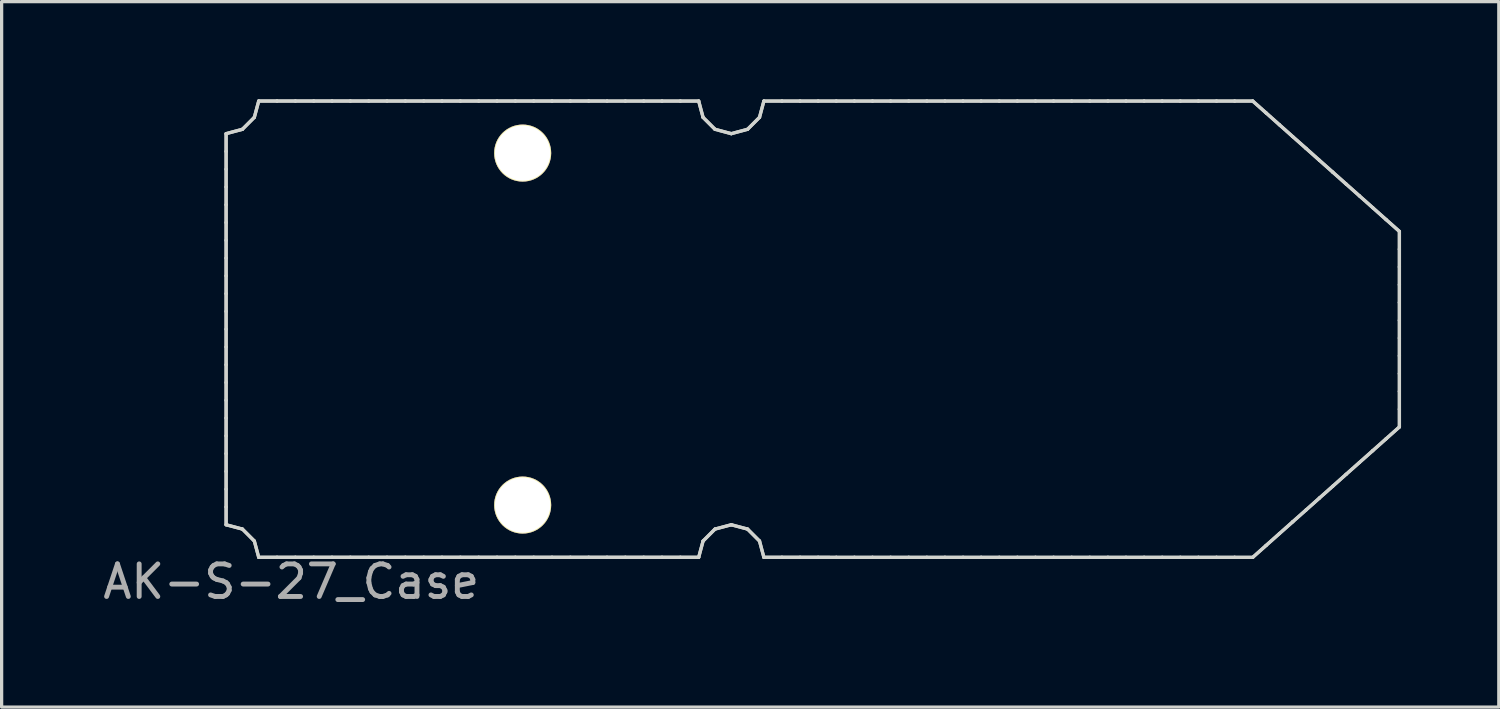
<source format=kicad_pcb>
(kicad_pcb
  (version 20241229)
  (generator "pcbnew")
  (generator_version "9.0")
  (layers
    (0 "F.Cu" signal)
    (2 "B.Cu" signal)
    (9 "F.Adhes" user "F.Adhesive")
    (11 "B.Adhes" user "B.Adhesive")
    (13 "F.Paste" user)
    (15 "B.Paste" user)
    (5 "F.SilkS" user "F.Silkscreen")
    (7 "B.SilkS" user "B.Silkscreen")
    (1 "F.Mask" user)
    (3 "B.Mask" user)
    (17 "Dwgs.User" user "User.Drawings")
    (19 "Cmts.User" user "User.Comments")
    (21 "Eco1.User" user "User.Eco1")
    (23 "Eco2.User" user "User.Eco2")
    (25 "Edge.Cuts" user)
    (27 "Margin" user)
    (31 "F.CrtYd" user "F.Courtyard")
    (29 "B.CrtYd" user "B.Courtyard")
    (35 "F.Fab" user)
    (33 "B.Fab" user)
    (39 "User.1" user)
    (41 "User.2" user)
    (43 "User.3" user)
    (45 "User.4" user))
  (footprint "AK-S-27_Case"
    (layer "F.Cu")
    (at 3.887 14.047)
    (property "Reference" "AK-S-27_Case" (at 2 0.75 0) (layer "F.Fab") (effects (font (size 1 1) (thickness 0.15))))
    (attr through_hole)
    (fp_line (start 0.001 -12.996) (end 0.001 -12.451) (stroke (width 0.1) (type solid)) (layer "Edge.Cuts"))
    (fp_line (start 0.001 -12.996) (end 0.001 -12.451) (stroke (width 0.1) (type solid)) (layer "Edge.Cuts"))
    (fp_line (start 0.001 -12.451) (end 0.001 -11.905) (stroke (width 0.1) (type solid)) (layer "Edge.Cuts"))
    (fp_line (start 0.001 -12.451) (end 0.001 -11.905) (stroke (width 0.1) (type solid)) (layer "Edge.Cuts"))
    (fp_line (start 0.001 -11.905) (end 0.001 -11.36) (stroke (width 0.1) (type solid)) (layer "Edge.Cuts"))
    (fp_line (start 0.001 -11.905) (end 0.001 -11.36) (stroke (width 0.1) (type solid)) (layer "Edge.Cuts"))
    (fp_line (start 0.001 -11.36) (end 0.001 -10.814) (stroke (width 0.1) (type solid)) (layer "Edge.Cuts"))
    (fp_line (start 0.001 -11.36) (end 0.001 -10.814) (stroke (width 0.1) (type solid)) (layer "Edge.Cuts"))
    (fp_line (start 0.001 -10.814) (end 0.001 -10.269) (stroke (width 0.1) (type solid)) (layer "Edge.Cuts"))
    (fp_line (start 0.001 -10.814) (end 0.001 -10.269) (stroke (width 0.1) (type solid)) (layer "Edge.Cuts"))
    (fp_line (start 0.001 -10.269) (end 0.001 -9.723) (stroke (width 0.1) (type solid)) (layer "Edge.Cuts"))
    (fp_line (start 0.001 -10.269) (end 0.001 -9.723) (stroke (width 0.1) (type solid)) (layer "Edge.Cuts"))
    (fp_line (start 0.001 -9.723) (end 0.001 -9.178) (stroke (width 0.1) (type solid)) (layer "Edge.Cuts"))
    (fp_line (start 0.001 -9.723) (end 0.001 -9.178) (stroke (width 0.1) (type solid)) (layer "Edge.Cuts"))
    (fp_line (start 0.001 -9.178) (end 0.001 -8.633) (stroke (width 0.1) (type solid)) (layer "Edge.Cuts"))
    (fp_line (start 0.001 -9.178) (end 0.001 -8.633) (stroke (width 0.1) (type solid)) (layer "Edge.Cuts"))
    (fp_line (start 0.001 -8.633) (end 0.001 -8.087) (stroke (width 0.1) (type solid)) (layer "Edge.Cuts"))
    (fp_line (start 0.001 -8.633) (end 0.001 -8.087) (stroke (width 0.1) (type solid)) (layer "Edge.Cuts"))
    (fp_line (start 0.001 -8.087) (end 0.001 -7.542) (stroke (width 0.1) (type solid)) (layer "Edge.Cuts"))
    (fp_line (start 0.001 -8.087) (end 0.001 -7.542) (stroke (width 0.1) (type solid)) (layer "Edge.Cuts"))
    (fp_line (start 0.001 -7.542) (end 0.001 -6.996) (stroke (width 0.1) (type solid)) (layer "Edge.Cuts"))
    (fp_line (start 0.001 -7.542) (end 0.001 -6.996) (stroke (width 0.1) (type solid)) (layer "Edge.Cuts"))
    (fp_line (start 0.001 -6.996) (end 0.001 -6.451) (stroke (width 0.1) (type solid)) (layer "Edge.Cuts"))
    (fp_line (start 0.001 -6.996) (end 0.001 -6.451) (stroke (width 0.1) (type solid)) (layer "Edge.Cuts"))
    (fp_line (start 0.001 -6.451) (end 0.001 -5.906) (stroke (width 0.1) (type solid)) (layer "Edge.Cuts"))
    (fp_line (start 0.001 -6.451) (end 0.001 -5.906) (stroke (width 0.1) (type solid)) (layer "Edge.Cuts"))
    (fp_line (start 0.001 -5.906) (end 0.001 -5.36) (stroke (width 0.1) (type solid)) (layer "Edge.Cuts"))
    (fp_line (start 0.001 -5.906) (end 0.001 -5.36) (stroke (width 0.1) (type solid)) (layer "Edge.Cuts"))
    (fp_line (start 0.001 -5.36) (end 0.001 -4.815) (stroke (width 0.1) (type solid)) (layer "Edge.Cuts"))
    (fp_line (start 0.001 -5.36) (end 0.001 -4.815) (stroke (width 0.1) (type solid)) (layer "Edge.Cuts"))
    (fp_line (start 0.001 -4.815) (end 0.001 -4.27) (stroke (width 0.1) (type solid)) (layer "Edge.Cuts"))
    (fp_line (start 0.001 -4.815) (end 0.001 -4.27) (stroke (width 0.1) (type solid)) (layer "Edge.Cuts"))
    (fp_line (start 0.001 -4.27) (end 0.001 -3.724) (stroke (width 0.1) (type solid)) (layer "Edge.Cuts"))
    (fp_line (start 0.001 -4.27) (end 0.001 -3.724) (stroke (width 0.1) (type solid)) (layer "Edge.Cuts"))
    (fp_line (start 0.001 -3.724) (end 0.001 -3.179) (stroke (width 0.1) (type solid)) (layer "Edge.Cuts"))
    (fp_line (start 0.001 -3.724) (end 0.001 -3.179) (stroke (width 0.1) (type solid)) (layer "Edge.Cuts"))
    (fp_line (start 0.001 -3.179) (end 0.001 -2.633) (stroke (width 0.1) (type solid)) (layer "Edge.Cuts"))
    (fp_line (start 0.001 -3.179) (end 0.001 -2.633) (stroke (width 0.1) (type solid)) (layer "Edge.Cuts"))
    (fp_line (start 0.001 -2.633) (end 0.001 -2.087) (stroke (width 0.1) (type solid)) (layer "Edge.Cuts"))
    (fp_line (start 0.001 -2.633) (end 0.001 -2.087) (stroke (width 0.1) (type solid)) (layer "Edge.Cuts"))
    (fp_line (start 0.001 -2.087) (end 0.001 -1.542) (stroke (width 0.1) (type solid)) (layer "Edge.Cuts"))
    (fp_line (start 0.001 -2.087) (end 0.001 -1.542) (stroke (width 0.1) (type solid)) (layer "Edge.Cuts"))
    (fp_line (start 0.001 -1.542) (end 0.001 -0.996) (stroke (width 0.1) (type solid)) (layer "Edge.Cuts"))
    (fp_line (start 0.001 -1.542) (end 0.001 -0.996) (stroke (width 0.1) (type solid)) (layer "Edge.Cuts"))
    (fp_line (start 0.001 -0.996) (end 0.501 -0.863) (stroke (width 0.1) (type solid)) (layer "Edge.Cuts"))
    (fp_line (start 0.001 -0.996) (end 0.501 -0.863) (stroke (width 0.1) (type solid)) (layer "Edge.Cuts"))
    (fp_line (start 0.501 -0.863) (end 0.867 -0.496) (stroke (width 0.1) (type solid)) (layer "Edge.Cuts"))
    (fp_line (start 0.501 -0.863) (end 0.867 -0.496) (stroke (width 0.1) (type solid)) (layer "Edge.Cuts"))
    (fp_line (start 0.501 -13.13) (end 0.001 -12.996) (stroke (width 0.1) (type solid)) (layer "Edge.Cuts"))
    (fp_line (start 0.501 -13.13) (end 0.001 -12.996) (stroke (width 0.1) (type solid)) (layer "Edge.Cuts"))
    (fp_line (start 0.867 -0.496) (end 1.001 0.003) (stroke (width 0.1) (type solid)) (layer "Edge.Cuts"))
    (fp_line (start 0.867 -0.496) (end 1.001 0.003) (stroke (width 0.1) (type solid)) (layer "Edge.Cuts"))
    (fp_line (start 0.867 -13.497) (end 0.501 -13.13) (stroke (width 0.1) (type solid)) (layer "Edge.Cuts"))
    (fp_line (start 0.867 -13.497) (end 0.501 -13.13) (stroke (width 0.1) (type solid)) (layer "Edge.Cuts"))
    (fp_line (start 1.001 -13.997) (end 0.867 -13.497) (stroke (width 0.1) (type solid)) (layer "Edge.Cuts"))
    (fp_line (start 1.001 -13.997) (end 0.867 -13.497) (stroke (width 0.1) (type solid)) (layer "Edge.Cuts"))
    (fp_line (start 1.001 0.003) (end 1.563 0.003) (stroke (width 0.1) (type solid)) (layer "Edge.Cuts"))
    (fp_line (start 1.001 0.003) (end 1.563 0.003) (stroke (width 0.1) (type solid)) (layer "Edge.Cuts"))
    (fp_line (start 1.563 0.003) (end 2.126 0.003) (stroke (width 0.1) (type solid)) (layer "Edge.Cuts"))
    (fp_line (start 1.563 0.003) (end 2.126 0.003) (stroke (width 0.1) (type solid)) (layer "Edge.Cuts"))
    (fp_line (start 1.563 -13.997) (end 1.001 -13.997) (stroke (width 0.1) (type solid)) (layer "Edge.Cuts"))
    (fp_line (start 1.563 -13.997) (end 1.001 -13.997) (stroke (width 0.1) (type solid)) (layer "Edge.Cuts"))
    (fp_line (start 2.126 0.003) (end 2.688 0.003) (stroke (width 0.1) (type solid)) (layer "Edge.Cuts"))
    (fp_line (start 2.126 0.003) (end 2.688 0.003) (stroke (width 0.1) (type solid)) (layer "Edge.Cuts"))
    (fp_line (start 2.126 -13.997) (end 1.563 -13.997) (stroke (width 0.1) (type solid)) (layer "Edge.Cuts"))
    (fp_line (start 2.126 -13.997) (end 1.563 -13.997) (stroke (width 0.1) (type solid)) (layer "Edge.Cuts"))
    (fp_line (start 2.688 0.003) (end 3.251 0.003) (stroke (width 0.1) (type solid)) (layer "Edge.Cuts"))
    (fp_line (start 2.688 0.003) (end 3.251 0.003) (stroke (width 0.1) (type solid)) (layer "Edge.Cuts"))
    (fp_line (start 2.689 -13.997) (end 2.126 -13.997) (stroke (width 0.1) (type solid)) (layer "Edge.Cuts"))
    (fp_line (start 2.689 -13.997) (end 2.126 -13.997) (stroke (width 0.1) (type solid)) (layer "Edge.Cuts"))
    (fp_line (start 3.251 0.003) (end 3.813 0.003) (stroke (width 0.1) (type solid)) (layer "Edge.Cuts"))
    (fp_line (start 3.251 0.003) (end 3.813 0.003) (stroke (width 0.1) (type solid)) (layer "Edge.Cuts"))
    (fp_line (start 3.251 -13.997) (end 2.689 -13.997) (stroke (width 0.1) (type solid)) (layer "Edge.Cuts"))
    (fp_line (start 3.251 -13.997) (end 2.689 -13.997) (stroke (width 0.1) (type solid)) (layer "Edge.Cuts"))
    (fp_line (start 3.813 0.003) (end 4.376 0.003) (stroke (width 0.1) (type solid)) (layer "Edge.Cuts"))
    (fp_line (start 3.813 0.003) (end 4.376 0.003) (stroke (width 0.1) (type solid)) (layer "Edge.Cuts"))
    (fp_line (start 3.814 -13.997) (end 3.251 -13.997) (stroke (width 0.1) (type solid)) (layer "Edge.Cuts"))
    (fp_line (start 3.814 -13.997) (end 3.251 -13.997) (stroke (width 0.1) (type solid)) (layer "Edge.Cuts"))
    (fp_line (start 4.376 0.003) (end 4.938 0.003) (stroke (width 0.1) (type solid)) (layer "Edge.Cuts"))
    (fp_line (start 4.376 0.003) (end 4.938 0.003) (stroke (width 0.1) (type solid)) (layer "Edge.Cuts"))
    (fp_line (start 4.376 -13.997) (end 3.814 -13.997) (stroke (width 0.1) (type solid)) (layer "Edge.Cuts"))
    (fp_line (start 4.376 -13.997) (end 3.814 -13.997) (stroke (width 0.1) (type solid)) (layer "Edge.Cuts"))
    (fp_line (start 4.938 0.003) (end 5.501 0.003) (stroke (width 0.1) (type solid)) (layer "Edge.Cuts"))
    (fp_line (start 4.938 0.003) (end 5.501 0.003) (stroke (width 0.1) (type solid)) (layer "Edge.Cuts"))
    (fp_line (start 4.938 -13.997) (end 4.376 -13.997) (stroke (width 0.1) (type solid)) (layer "Edge.Cuts"))
    (fp_line (start 4.938 -13.997) (end 4.376 -13.997) (stroke (width 0.1) (type solid)) (layer "Edge.Cuts"))
    (fp_line (start 5.501 0.003) (end 6.064 0.003) (stroke (width 0.1) (type solid)) (layer "Edge.Cuts"))
    (fp_line (start 5.501 0.003) (end 6.064 0.003) (stroke (width 0.1) (type solid)) (layer "Edge.Cuts"))
    (fp_line (start 5.501 -13.997) (end 4.938 -13.997) (stroke (width 0.1) (type solid)) (layer "Edge.Cuts"))
    (fp_line (start 5.501 -13.997) (end 4.938 -13.997) (stroke (width 0.1) (type solid)) (layer "Edge.Cuts"))
    (fp_line (start 6.064 -13.997) (end 5.501 -13.997) (stroke (width 0.1) (type solid)) (layer "Edge.Cuts"))
    (fp_line (start 6.064 -13.997) (end 5.501 -13.997) (stroke (width 0.1) (type solid)) (layer "Edge.Cuts"))
    (fp_line (start 6.064 0.003) (end 6.626 0.003) (stroke (width 0.1) (type solid)) (layer "Edge.Cuts"))
    (fp_line (start 6.064 0.003) (end 6.626 0.003) (stroke (width 0.1) (type solid)) (layer "Edge.Cuts"))
    (fp_line (start 6.626 -13.997) (end 6.064 -13.997) (stroke (width 0.1) (type solid)) (layer "Edge.Cuts"))
    (fp_line (start 6.626 -13.997) (end 6.064 -13.997) (stroke (width 0.1) (type solid)) (layer "Edge.Cuts"))
    (fp_line (start 6.626 0.003) (end 7.189 0.003) (stroke (width 0.1) (type solid)) (layer "Edge.Cuts"))
    (fp_line (start 6.626 0.003) (end 7.189 0.003) (stroke (width 0.1) (type solid)) (layer "Edge.Cuts"))
    (fp_line (start 7.189 -13.997) (end 6.626 -13.997) (stroke (width 0.1) (type solid)) (layer "Edge.Cuts"))
    (fp_line (start 7.189 -13.997) (end 6.626 -13.997) (stroke (width 0.1) (type solid)) (layer "Edge.Cuts"))
    (fp_line (start 7.189 0.003) (end 7.751 0.003) (stroke (width 0.1) (type solid)) (layer "Edge.Cuts"))
    (fp_line (start 7.189 0.003) (end 7.751 0.003) (stroke (width 0.1) (type solid)) (layer "Edge.Cuts"))
    (fp_line (start 7.751 -13.997) (end 7.189 -13.997) (stroke (width 0.1) (type solid)) (layer "Edge.Cuts"))
    (fp_line (start 7.751 -13.997) (end 7.189 -13.997) (stroke (width 0.1) (type solid)) (layer "Edge.Cuts"))
    (fp_line (start 7.751 0.003) (end 8.314 0.003) (stroke (width 0.1) (type solid)) (layer "Edge.Cuts"))
    (fp_line (start 7.751 0.003) (end 8.314 0.003) (stroke (width 0.1) (type solid)) (layer "Edge.Cuts"))
    (fp_line (start 8.313 -13.997) (end 7.751 -13.997) (stroke (width 0.1) (type solid)) (layer "Edge.Cuts"))
    (fp_line (start 8.313 -13.997) (end 7.751 -13.997) (stroke (width 0.1) (type solid)) (layer "Edge.Cuts"))
    (fp_line (start 8.314 0.003) (end 8.876 0.003) (stroke (width 0.1) (type solid)) (layer "Edge.Cuts"))
    (fp_line (start 8.314 0.003) (end 8.876 0.003) (stroke (width 0.1) (type solid)) (layer "Edge.Cuts"))
    (fp_line (start 8.876 -13.997) (end 8.313 -13.997) (stroke (width 0.1) (type solid)) (layer "Edge.Cuts"))
    (fp_line (start 8.876 -13.997) (end 8.313 -13.997) (stroke (width 0.1) (type solid)) (layer "Edge.Cuts"))
    (fp_line (start 8.876 0.003) (end 9.439 0.003) (stroke (width 0.1) (type solid)) (layer "Edge.Cuts"))
    (fp_line (start 8.876 0.003) (end 9.439 0.003) (stroke (width 0.1) (type solid)) (layer "Edge.Cuts"))
    (fp_line (start 9.438 -13.997) (end 8.876 -13.997) (stroke (width 0.1) (type solid)) (layer "Edge.Cuts"))
    (fp_line (start 9.438 -13.997) (end 8.876 -13.997) (stroke (width 0.1) (type solid)) (layer "Edge.Cuts"))
    (fp_line (start 9.439 0.003) (end 10.001 0.003) (stroke (width 0.1) (type solid)) (layer "Edge.Cuts"))
    (fp_line (start 9.439 0.003) (end 10.001 0.003) (stroke (width 0.1) (type solid)) (layer "Edge.Cuts"))
    (fp_line (start 10.001 0.003) (end 10.564 0.003) (stroke (width 0.1) (type solid)) (layer "Edge.Cuts"))
    (fp_line (start 10.001 0.003) (end 10.564 0.003) (stroke (width 0.1) (type solid)) (layer "Edge.Cuts"))
    (fp_line (start 10.001 -13.997) (end 9.438 -13.997) (stroke (width 0.1) (type solid)) (layer "Edge.Cuts"))
    (fp_line (start 10.001 -13.997) (end 9.438 -13.997) (stroke (width 0.1) (type solid)) (layer "Edge.Cuts"))
    (fp_line (start 10.564 0.003) (end 11.126 0.003) (stroke (width 0.1) (type solid)) (layer "Edge.Cuts"))
    (fp_line (start 10.564 0.003) (end 11.126 0.003) (stroke (width 0.1) (type solid)) (layer "Edge.Cuts"))
    (fp_line (start 10.564 -13.997) (end 10.001 -13.997) (stroke (width 0.1) (type solid)) (layer "Edge.Cuts"))
    (fp_line (start 10.564 -13.997) (end 10.001 -13.997) (stroke (width 0.1) (type solid)) (layer "Edge.Cuts"))
    (fp_line (start 11.126 0.003) (end 11.688 0.003) (stroke (width 0.1) (type solid)) (layer "Edge.Cuts"))
    (fp_line (start 11.126 0.003) (end 11.688 0.003) (stroke (width 0.1) (type solid)) (layer "Edge.Cuts"))
    (fp_line (start 11.126 -13.997) (end 10.564 -13.997) (stroke (width 0.1) (type solid)) (layer "Edge.Cuts"))
    (fp_line (start 11.126 -13.997) (end 10.564 -13.997) (stroke (width 0.1) (type solid)) (layer "Edge.Cuts"))
    (fp_line (start 11.688 0.003) (end 12.251 0.003) (stroke (width 0.1) (type solid)) (layer "Edge.Cuts"))
    (fp_line (start 11.688 0.003) (end 12.251 0.003) (stroke (width 0.1) (type solid)) (layer "Edge.Cuts"))
    (fp_line (start 11.689 -13.996) (end 11.126 -13.997) (stroke (width 0.1) (type solid)) (layer "Edge.Cuts"))
    (fp_line (start 11.689 -13.996) (end 11.126 -13.997) (stroke (width 0.1) (type solid)) (layer "Edge.Cuts"))
    (fp_line (start 12.251 0.003) (end 12.814 0.003) (stroke (width 0.1) (type solid)) (layer "Edge.Cuts"))
    (fp_line (start 12.251 0.003) (end 12.814 0.003) (stroke (width 0.1) (type solid)) (layer "Edge.Cuts"))
    (fp_line (start 12.251 -13.996) (end 11.689 -13.996) (stroke (width 0.1) (type solid)) (layer "Edge.Cuts"))
    (fp_line (start 12.251 -13.996) (end 11.689 -13.996) (stroke (width 0.1) (type solid)) (layer "Edge.Cuts"))
    (fp_line (start 12.814 0.003) (end 13.376 0.003) (stroke (width 0.1) (type solid)) (layer "Edge.Cuts"))
    (fp_line (start 12.814 0.003) (end 13.376 0.003) (stroke (width 0.1) (type solid)) (layer "Edge.Cuts"))
    (fp_line (start 12.814 -13.996) (end 12.251 -13.996) (stroke (width 0.1) (type solid)) (layer "Edge.Cuts"))
    (fp_line (start 12.814 -13.996) (end 12.251 -13.996) (stroke (width 0.1) (type solid)) (layer "Edge.Cuts"))
    (fp_line (start 13.376 0.003) (end 13.939 0.003) (stroke (width 0.1) (type solid)) (layer "Edge.Cuts"))
    (fp_line (start 13.376 0.003) (end 13.939 0.003) (stroke (width 0.1) (type solid)) (layer "Edge.Cuts"))
    (fp_line (start 13.376 -13.996) (end 12.814 -13.996) (stroke (width 0.1) (type solid)) (layer "Edge.Cuts"))
    (fp_line (start 13.376 -13.996) (end 12.814 -13.996) (stroke (width 0.1) (type solid)) (layer "Edge.Cuts"))
    (fp_line (start 13.939 0.003) (end 14.501 0.003) (stroke (width 0.1) (type solid)) (layer "Edge.Cuts"))
    (fp_line (start 13.939 0.003) (end 14.501 0.003) (stroke (width 0.1) (type solid)) (layer "Edge.Cuts"))
    (fp_line (start 13.939 -13.996) (end 13.376 -13.996) (stroke (width 0.1) (type solid)) (layer "Edge.Cuts"))
    (fp_line (start 13.939 -13.996) (end 13.376 -13.996) (stroke (width 0.1) (type solid)) (layer "Edge.Cuts"))
    (fp_line (start 14.501 -13.996) (end 13.939 -13.996) (stroke (width 0.1) (type solid)) (layer "Edge.Cuts"))
    (fp_line (start 14.501 -13.996) (end 13.939 -13.996) (stroke (width 0.1) (type solid)) (layer "Edge.Cuts"))
    (fp_line (start 14.501 0.003) (end 14.635 -0.496) (stroke (width 0.1) (type solid)) (layer "Edge.Cuts"))
    (fp_line (start 14.501 0.003) (end 14.635 -0.496) (stroke (width 0.1) (type solid)) (layer "Edge.Cuts"))
    (fp_line (start 14.635 -13.496) (end 14.501 -13.996) (stroke (width 0.1) (type solid)) (layer "Edge.Cuts"))
    (fp_line (start 14.635 -13.496) (end 14.501 -13.996) (stroke (width 0.1) (type solid)) (layer "Edge.Cuts"))
    (fp_line (start 14.635 -0.496) (end 15.001 -0.863) (stroke (width 0.1) (type solid)) (layer "Edge.Cuts"))
    (fp_line (start 14.635 -0.496) (end 15.001 -0.863) (stroke (width 0.1) (type solid)) (layer "Edge.Cuts"))
    (fp_line (start 15.001 -13.13) (end 14.635 -13.496) (stroke (width 0.1) (type solid)) (layer "Edge.Cuts"))
    (fp_line (start 15.001 -13.13) (end 14.635 -13.496) (stroke (width 0.1) (type solid)) (layer "Edge.Cuts"))
    (fp_line (start 15.001 -0.863) (end 15.501 -0.996) (stroke (width 0.1) (type solid)) (layer "Edge.Cuts"))
    (fp_line (start 15.001 -0.863) (end 15.501 -0.996) (stroke (width 0.1) (type solid)) (layer "Edge.Cuts"))
    (fp_line (start 15.501 -12.996) (end 15.001 -13.13) (stroke (width 0.1) (type solid)) (layer "Edge.Cuts"))
    (fp_line (start 15.501 -12.996) (end 15.001 -13.13) (stroke (width 0.1) (type solid)) (layer "Edge.Cuts"))
    (fp_line (start 15.501 -0.996) (end 16.001 -0.863) (stroke (width 0.1) (type solid)) (layer "Edge.Cuts"))
    (fp_line (start 15.501 -0.996) (end 16.001 -0.863) (stroke (width 0.1) (type solid)) (layer "Edge.Cuts"))
    (fp_line (start 16.001 -0.863) (end 16.367 -0.497) (stroke (width 0.1) (type solid)) (layer "Edge.Cuts"))
    (fp_line (start 16.001 -0.863) (end 16.367 -0.497) (stroke (width 0.1) (type solid)) (layer "Edge.Cuts"))
    (fp_line (start 16.001 -13.13) (end 15.501 -12.996) (stroke (width 0.1) (type solid)) (layer "Edge.Cuts"))
    (fp_line (start 16.001 -13.13) (end 15.501 -12.996) (stroke (width 0.1) (type solid)) (layer "Edge.Cuts"))
    (fp_line (start 16.367 -0.497) (end 16.501 0.003) (stroke (width 0.1) (type solid)) (layer "Edge.Cuts"))
    (fp_line (start 16.367 -0.497) (end 16.501 0.003) (stroke (width 0.1) (type solid)) (layer "Edge.Cuts"))
    (fp_line (start 16.367 -13.496) (end 16.001 -13.13) (stroke (width 0.1) (type solid)) (layer "Edge.Cuts"))
    (fp_line (start 16.367 -13.496) (end 16.001 -13.13) (stroke (width 0.1) (type solid)) (layer "Edge.Cuts"))
    (fp_line (start 16.501 -13.996) (end 16.367 -13.496) (stroke (width 0.1) (type solid)) (layer "Edge.Cuts"))
    (fp_line (start 16.501 -13.996) (end 16.367 -13.496) (stroke (width 0.1) (type solid)) (layer "Edge.Cuts"))
    (fp_line (start 16.501 0.003) (end 17.056 0.003) (stroke (width 0.1) (type solid)) (layer "Edge.Cuts"))
    (fp_line (start 16.501 0.003) (end 17.056 0.003) (stroke (width 0.1) (type solid)) (layer "Edge.Cuts"))
    (fp_line (start 17.056 -13.996) (end 16.501 -13.996) (stroke (width 0.1) (type solid)) (layer "Edge.Cuts"))
    (fp_line (start 17.056 -13.996) (end 16.501 -13.996) (stroke (width 0.1) (type solid)) (layer "Edge.Cuts"))
    (fp_line (start 17.056 0.003) (end 17.612 0.003) (stroke (width 0.1) (type solid)) (layer "Edge.Cuts"))
    (fp_line (start 17.056 0.003) (end 17.612 0.003) (stroke (width 0.1) (type solid)) (layer "Edge.Cuts"))
    (fp_line (start 17.612 -13.996) (end 17.056 -13.996) (stroke (width 0.1) (type solid)) (layer "Edge.Cuts"))
    (fp_line (start 17.612 -13.996) (end 17.056 -13.996) (stroke (width 0.1) (type solid)) (layer "Edge.Cuts"))
    (fp_line (start 17.612 0.003) (end 18.168 0.003) (stroke (width 0.1) (type solid)) (layer "Edge.Cuts"))
    (fp_line (start 17.612 0.003) (end 18.168 0.003) (stroke (width 0.1) (type solid)) (layer "Edge.Cuts"))
    (fp_line (start 18.167 -13.996) (end 17.612 -13.996) (stroke (width 0.1) (type solid)) (layer "Edge.Cuts"))
    (fp_line (start 18.167 -13.996) (end 17.612 -13.996) (stroke (width 0.1) (type solid)) (layer "Edge.Cuts"))
    (fp_line (start 18.168 0.003) (end 18.723 0.004) (stroke (width 0.1) (type solid)) (layer "Edge.Cuts"))
    (fp_line (start 18.168 0.003) (end 18.723 0.004) (stroke (width 0.1) (type solid)) (layer "Edge.Cuts"))
    (fp_line (start 18.723 -13.996) (end 18.167 -13.996) (stroke (width 0.1) (type solid)) (layer "Edge.Cuts"))
    (fp_line (start 18.723 -13.996) (end 18.167 -13.996) (stroke (width 0.1) (type solid)) (layer "Edge.Cuts"))
    (fp_line (start 18.723 0.004) (end 19.279 0.004) (stroke (width 0.1) (type solid)) (layer "Edge.Cuts"))
    (fp_line (start 18.723 0.004) (end 19.279 0.004) (stroke (width 0.1) (type solid)) (layer "Edge.Cuts"))
    (fp_line (start 19.278 -13.996) (end 18.723 -13.996) (stroke (width 0.1) (type solid)) (layer "Edge.Cuts"))
    (fp_line (start 19.278 -13.996) (end 18.723 -13.996) (stroke (width 0.1) (type solid)) (layer "Edge.Cuts"))
    (fp_line (start 19.279 0.004) (end 19.834 0.004) (stroke (width 0.1) (type solid)) (layer "Edge.Cuts"))
    (fp_line (start 19.279 0.004) (end 19.834 0.004) (stroke (width 0.1) (type solid)) (layer "Edge.Cuts"))
    (fp_line (start 19.834 -13.996) (end 19.278 -13.996) (stroke (width 0.1) (type solid)) (layer "Edge.Cuts"))
    (fp_line (start 19.834 -13.996) (end 19.278 -13.996) (stroke (width 0.1) (type solid)) (layer "Edge.Cuts"))
    (fp_line (start 19.834 0.004) (end 20.39 0.004) (stroke (width 0.1) (type solid)) (layer "Edge.Cuts"))
    (fp_line (start 19.834 0.004) (end 20.39 0.004) (stroke (width 0.1) (type solid)) (layer "Edge.Cuts"))
    (fp_line (start 20.39 -13.996) (end 19.834 -13.996) (stroke (width 0.1) (type solid)) (layer "Edge.Cuts"))
    (fp_line (start 20.39 -13.996) (end 19.834 -13.996) (stroke (width 0.1) (type solid)) (layer "Edge.Cuts"))
    (fp_line (start 20.39 0.004) (end 20.946 0.004) (stroke (width 0.1) (type solid)) (layer "Edge.Cuts"))
    (fp_line (start 20.39 0.004) (end 20.946 0.004) (stroke (width 0.1) (type solid)) (layer "Edge.Cuts"))
    (fp_line (start 20.945 -13.996) (end 20.39 -13.996) (stroke (width 0.1) (type solid)) (layer "Edge.Cuts"))
    (fp_line (start 20.945 -13.996) (end 20.39 -13.996) (stroke (width 0.1) (type solid)) (layer "Edge.Cuts"))
    (fp_line (start 20.946 0.004) (end 21.502 0.004) (stroke (width 0.1) (type solid)) (layer "Edge.Cuts"))
    (fp_line (start 20.946 0.004) (end 21.502 0.004) (stroke (width 0.1) (type solid)) (layer "Edge.Cuts"))
    (fp_line (start 21.501 -13.996) (end 20.945 -13.996) (stroke (width 0.1) (type solid)) (layer "Edge.Cuts"))
    (fp_line (start 21.501 -13.996) (end 20.945 -13.996) (stroke (width 0.1) (type solid)) (layer "Edge.Cuts"))
    (fp_line (start 21.502 0.004) (end 22.057 0.004) (stroke (width 0.1) (type solid)) (layer "Edge.Cuts"))
    (fp_line (start 21.502 0.004) (end 22.057 0.004) (stroke (width 0.1) (type solid)) (layer "Edge.Cuts"))
    (fp_line (start 22.056 -13.996) (end 21.501 -13.996) (stroke (width 0.1) (type solid)) (layer "Edge.Cuts"))
    (fp_line (start 22.056 -13.996) (end 21.501 -13.996) (stroke (width 0.1) (type solid)) (layer "Edge.Cuts"))
    (fp_line (start 22.057 0.004) (end 22.613 0.004) (stroke (width 0.1) (type solid)) (layer "Edge.Cuts"))
    (fp_line (start 22.057 0.004) (end 22.613 0.004) (stroke (width 0.1) (type solid)) (layer "Edge.Cuts"))
    (fp_line (start 22.611 -13.996) (end 22.056 -13.996) (stroke (width 0.1) (type solid)) (layer "Edge.Cuts"))
    (fp_line (start 22.611 -13.996) (end 22.056 -13.996) (stroke (width 0.1) (type solid)) (layer "Edge.Cuts"))
    (fp_line (start 22.613 0.004) (end 23.168 0.004) (stroke (width 0.1) (type solid)) (layer "Edge.Cuts"))
    (fp_line (start 22.613 0.004) (end 23.168 0.004) (stroke (width 0.1) (type solid)) (layer "Edge.Cuts"))
    (fp_line (start 23.167 -13.996) (end 22.611 -13.996) (stroke (width 0.1) (type solid)) (layer "Edge.Cuts"))
    (fp_line (start 23.167 -13.996) (end 22.611 -13.996) (stroke (width 0.1) (type solid)) (layer "Edge.Cuts"))
    (fp_line (start 23.168 0.004) (end 23.724 0.004) (stroke (width 0.1) (type solid)) (layer "Edge.Cuts"))
    (fp_line (start 23.168 0.004) (end 23.724 0.004) (stroke (width 0.1) (type solid)) (layer "Edge.Cuts"))
    (fp_line (start 23.723 -13.996) (end 23.167 -13.996) (stroke (width 0.1) (type solid)) (layer "Edge.Cuts"))
    (fp_line (start 23.723 -13.996) (end 23.167 -13.996) (stroke (width 0.1) (type solid)) (layer "Edge.Cuts"))
    (fp_line (start 23.724 0.004) (end 24.279 0.004) (stroke (width 0.1) (type solid)) (layer "Edge.Cuts"))
    (fp_line (start 23.724 0.004) (end 24.279 0.004) (stroke (width 0.1) (type solid)) (layer "Edge.Cuts"))
    (fp_line (start 24.278 -13.996) (end 23.723 -13.996) (stroke (width 0.1) (type solid)) (layer "Edge.Cuts"))
    (fp_line (start 24.278 -13.996) (end 23.723 -13.996) (stroke (width 0.1) (type solid)) (layer "Edge.Cuts"))
    (fp_line (start 24.279 0.004) (end 24.835 0.004) (stroke (width 0.1) (type solid)) (layer "Edge.Cuts"))
    (fp_line (start 24.279 0.004) (end 24.835 0.004) (stroke (width 0.1) (type solid)) (layer "Edge.Cuts"))
    (fp_line (start 24.834 -13.996) (end 24.278 -13.996) (stroke (width 0.1) (type solid)) (layer "Edge.Cuts"))
    (fp_line (start 24.834 -13.996) (end 24.278 -13.996) (stroke (width 0.1) (type solid)) (layer "Edge.Cuts"))
    (fp_line (start 24.835 0.004) (end 25.391 0.004) (stroke (width 0.1) (type solid)) (layer "Edge.Cuts"))
    (fp_line (start 24.835 0.004) (end 25.391 0.004) (stroke (width 0.1) (type solid)) (layer "Edge.Cuts"))
    (fp_line (start 25.389 -13.996) (end 24.834 -13.996) (stroke (width 0.1) (type solid)) (layer "Edge.Cuts"))
    (fp_line (start 25.389 -13.996) (end 24.834 -13.996) (stroke (width 0.1) (type solid)) (layer "Edge.Cuts"))
    (fp_line (start 25.391 0.004) (end 25.946 0.004) (stroke (width 0.1) (type solid)) (layer "Edge.Cuts"))
    (fp_line (start 25.391 0.004) (end 25.946 0.004) (stroke (width 0.1) (type solid)) (layer "Edge.Cuts"))
    (fp_line (start 25.945 -13.996) (end 25.389 -13.996) (stroke (width 0.1) (type solid)) (layer "Edge.Cuts"))
    (fp_line (start 25.945 -13.996) (end 25.389 -13.996) (stroke (width 0.1) (type solid)) (layer "Edge.Cuts"))
    (fp_line (start 25.946 0.004) (end 26.501 0.004) (stroke (width 0.1) (type solid)) (layer "Edge.Cuts"))
    (fp_line (start 25.946 0.004) (end 26.501 0.004) (stroke (width 0.1) (type solid)) (layer "Edge.Cuts"))
    (fp_line (start 26.5 -13.996) (end 25.945 -13.996) (stroke (width 0.1) (type solid)) (layer "Edge.Cuts"))
    (fp_line (start 26.5 -13.996) (end 25.945 -13.996) (stroke (width 0.1) (type solid)) (layer "Edge.Cuts"))
    (fp_line (start 26.501 0.004) (end 27.057 0.004) (stroke (width 0.1) (type solid)) (layer "Edge.Cuts"))
    (fp_line (start 26.501 0.004) (end 27.057 0.004) (stroke (width 0.1) (type solid)) (layer "Edge.Cuts"))
    (fp_line (start 27.056 -13.996) (end 26.5 -13.996) (stroke (width 0.1) (type solid)) (layer "Edge.Cuts"))
    (fp_line (start 27.056 -13.996) (end 26.5 -13.996) (stroke (width 0.1) (type solid)) (layer "Edge.Cuts"))
    (fp_line (start 27.057 0.004) (end 27.612 0.004) (stroke (width 0.1) (type solid)) (layer "Edge.Cuts"))
    (fp_line (start 27.057 0.004) (end 27.612 0.004) (stroke (width 0.1) (type solid)) (layer "Edge.Cuts"))
    (fp_line (start 27.612 -13.996) (end 27.056 -13.996) (stroke (width 0.1) (type solid)) (layer "Edge.Cuts"))
    (fp_line (start 27.612 -13.996) (end 27.056 -13.996) (stroke (width 0.1) (type solid)) (layer "Edge.Cuts"))
    (fp_line (start 27.612 0.004) (end 28.168 0.004) (stroke (width 0.1) (type solid)) (layer "Edge.Cuts"))
    (fp_line (start 27.612 0.004) (end 28.168 0.004) (stroke (width 0.1) (type solid)) (layer "Edge.Cuts"))
    (fp_line (start 28.168 -13.996) (end 27.612 -13.996) (stroke (width 0.1) (type solid)) (layer "Edge.Cuts"))
    (fp_line (start 28.168 -13.996) (end 27.612 -13.996) (stroke (width 0.1) (type solid)) (layer "Edge.Cuts"))
    (fp_line (start 28.168 0.004) (end 28.724 0.004) (stroke (width 0.1) (type solid)) (layer "Edge.Cuts"))
    (fp_line (start 28.168 0.004) (end 28.724 0.004) (stroke (width 0.1) (type solid)) (layer "Edge.Cuts"))
    (fp_line (start 28.723 -13.996) (end 28.168 -13.996) (stroke (width 0.1) (type solid)) (layer "Edge.Cuts"))
    (fp_line (start 28.723 -13.996) (end 28.168 -13.996) (stroke (width 0.1) (type solid)) (layer "Edge.Cuts"))
    (fp_line (start 28.724 0.004) (end 29.279 0.004) (stroke (width 0.1) (type solid)) (layer "Edge.Cuts"))
    (fp_line (start 28.724 0.004) (end 29.279 0.004) (stroke (width 0.1) (type solid)) (layer "Edge.Cuts"))
    (fp_line (start 29.279 -13.996) (end 28.723 -13.996) (stroke (width 0.1) (type solid)) (layer "Edge.Cuts"))
    (fp_line (start 29.279 -13.996) (end 28.723 -13.996) (stroke (width 0.1) (type solid)) (layer "Edge.Cuts"))
    (fp_line (start 29.279 0.004) (end 29.835 0.004) (stroke (width 0.1) (type solid)) (layer "Edge.Cuts"))
    (fp_line (start 29.279 0.004) (end 29.835 0.004) (stroke (width 0.1) (type solid)) (layer "Edge.Cuts"))
    (fp_line (start 29.834 -13.996) (end 29.279 -13.996) (stroke (width 0.1) (type solid)) (layer "Edge.Cuts"))
    (fp_line (start 29.834 -13.996) (end 29.279 -13.996) (stroke (width 0.1) (type solid)) (layer "Edge.Cuts"))
    (fp_line (start 29.835 0.004) (end 30.39 0.004) (stroke (width 0.1) (type solid)) (layer "Edge.Cuts"))
    (fp_line (start 29.835 0.004) (end 30.39 0.004) (stroke (width 0.1) (type solid)) (layer "Edge.Cuts"))
    (fp_line (start 30.39 -13.996) (end 29.834 -13.996) (stroke (width 0.1) (type solid)) (layer "Edge.Cuts"))
    (fp_line (start 30.39 -13.996) (end 29.834 -13.996) (stroke (width 0.1) (type solid)) (layer "Edge.Cuts"))
    (fp_line (start 30.39 0.004) (end 30.946 0.004) (stroke (width 0.1) (type solid)) (layer "Edge.Cuts"))
    (fp_line (start 30.39 0.004) (end 30.946 0.004) (stroke (width 0.1) (type solid)) (layer "Edge.Cuts"))
    (fp_line (start 30.946 -13.996) (end 30.39 -13.996) (stroke (width 0.1) (type solid)) (layer "Edge.Cuts"))
    (fp_line (start 30.946 -13.996) (end 30.39 -13.996) (stroke (width 0.1) (type solid)) (layer "Edge.Cuts"))
    (fp_line (start 30.946 0.004) (end 31.501 0.004) (stroke (width 0.1) (type solid)) (layer "Edge.Cuts"))
    (fp_line (start 30.946 0.004) (end 31.501 0.004) (stroke (width 0.1) (type solid)) (layer "Edge.Cuts"))
    (fp_line (start 31.501 -13.996) (end 30.946 -13.996) (stroke (width 0.1) (type solid)) (layer "Edge.Cuts"))
    (fp_line (start 31.501 -13.996) (end 30.946 -13.996) (stroke (width 0.1) (type solid)) (layer "Edge.Cuts"))
    (fp_line (start 31.501 0.004) (end 31.91 -0.36) (stroke (width 0.1) (type solid)) (layer "Edge.Cuts"))
    (fp_line (start 31.501 0.004) (end 31.91 -0.36) (stroke (width 0.1) (type solid)) (layer "Edge.Cuts"))
    (fp_line (start 31.91 -13.633) (end 31.501 -13.996) (stroke (width 0.1) (type solid)) (layer "Edge.Cuts"))
    (fp_line (start 31.91 -13.633) (end 31.501 -13.996) (stroke (width 0.1) (type solid)) (layer "Edge.Cuts"))
    (fp_line (start 31.91 -0.36) (end 32.319 -0.724) (stroke (width 0.1) (type solid)) (layer "Edge.Cuts"))
    (fp_line (start 31.91 -0.36) (end 32.319 -0.724) (stroke (width 0.1) (type solid)) (layer "Edge.Cuts"))
    (fp_line (start 32.319 -13.269) (end 31.91 -13.633) (stroke (width 0.1) (type solid)) (layer "Edge.Cuts"))
    (fp_line (start 32.319 -13.269) (end 31.91 -13.633) (stroke (width 0.1) (type solid)) (layer "Edge.Cuts"))
    (fp_line (start 32.319 -0.724) (end 32.729 -1.088) (stroke (width 0.1) (type solid)) (layer "Edge.Cuts"))
    (fp_line (start 32.319 -0.724) (end 32.729 -1.088) (stroke (width 0.1) (type solid)) (layer "Edge.Cuts"))
    (fp_line (start 32.728 -12.905) (end 32.319 -13.269) (stroke (width 0.1) (type solid)) (layer "Edge.Cuts"))
    (fp_line (start 32.728 -12.905) (end 32.319 -13.269) (stroke (width 0.1) (type solid)) (layer "Edge.Cuts"))
    (fp_line (start 32.729 -1.088) (end 33.138 -1.451) (stroke (width 0.1) (type solid)) (layer "Edge.Cuts"))
    (fp_line (start 32.729 -1.088) (end 33.138 -1.451) (stroke (width 0.1) (type solid)) (layer "Edge.Cuts"))
    (fp_line (start 33.138 -1.451) (end 33.547 -1.815) (stroke (width 0.1) (type solid)) (layer "Edge.Cuts"))
    (fp_line (start 33.138 -1.451) (end 33.547 -1.815) (stroke (width 0.1) (type solid)) (layer "Edge.Cuts"))
    (fp_line (start 33.138 -12.542) (end 32.728 -12.905) (stroke (width 0.1) (type solid)) (layer "Edge.Cuts"))
    (fp_line (start 33.138 -12.542) (end 32.728 -12.905) (stroke (width 0.1) (type solid)) (layer "Edge.Cuts"))
    (fp_line (start 33.547 -12.178) (end 33.138 -12.542) (stroke (width 0.1) (type solid)) (layer "Edge.Cuts"))
    (fp_line (start 33.547 -12.178) (end 33.138 -12.542) (stroke (width 0.1) (type solid)) (layer "Edge.Cuts"))
    (fp_line (start 33.547 -1.815) (end 33.956 -2.178) (stroke (width 0.1) (type solid)) (layer "Edge.Cuts"))
    (fp_line (start 33.547 -1.815) (end 33.956 -2.178) (stroke (width 0.1) (type solid)) (layer "Edge.Cuts"))
    (fp_line (start 33.956 -11.815) (end 33.547 -12.178) (stroke (width 0.1) (type solid)) (layer "Edge.Cuts"))
    (fp_line (start 33.956 -11.815) (end 33.547 -12.178) (stroke (width 0.1) (type solid)) (layer "Edge.Cuts"))
    (fp_line (start 33.956 -2.178) (end 34.364 -2.542) (stroke (width 0.1) (type solid)) (layer "Edge.Cuts"))
    (fp_line (start 33.956 -2.178) (end 34.364 -2.542) (stroke (width 0.1) (type solid)) (layer "Edge.Cuts"))
    (fp_line (start 34.364 -2.542) (end 34.774 -2.906) (stroke (width 0.1) (type solid)) (layer "Edge.Cuts"))
    (fp_line (start 34.364 -2.542) (end 34.774 -2.906) (stroke (width 0.1) (type solid)) (layer "Edge.Cuts"))
    (fp_line (start 34.365 -11.451) (end 33.956 -11.815) (stroke (width 0.1) (type solid)) (layer "Edge.Cuts"))
    (fp_line (start 34.365 -11.451) (end 33.956 -11.815) (stroke (width 0.1) (type solid)) (layer "Edge.Cuts"))
    (fp_line (start 34.774 -11.088) (end 34.365 -11.451) (stroke (width 0.1) (type solid)) (layer "Edge.Cuts"))
    (fp_line (start 34.774 -11.088) (end 34.365 -11.451) (stroke (width 0.1) (type solid)) (layer "Edge.Cuts"))
    (fp_line (start 34.774 -2.906) (end 35.183 -3.269) (stroke (width 0.1) (type solid)) (layer "Edge.Cuts"))
    (fp_line (start 34.774 -2.906) (end 35.183 -3.269) (stroke (width 0.1) (type solid)) (layer "Edge.Cuts"))
    (fp_line (start 35.183 -10.724) (end 34.774 -11.088) (stroke (width 0.1) (type solid)) (layer "Edge.Cuts"))
    (fp_line (start 35.183 -10.724) (end 34.774 -11.088) (stroke (width 0.1) (type solid)) (layer "Edge.Cuts"))
    (fp_line (start 35.183 -3.269) (end 35.592 -3.633) (stroke (width 0.1) (type solid)) (layer "Edge.Cuts"))
    (fp_line (start 35.183 -3.269) (end 35.592 -3.633) (stroke (width 0.1) (type solid)) (layer "Edge.Cuts"))
    (fp_line (start 35.592 -10.36) (end 35.183 -10.724) (stroke (width 0.1) (type solid)) (layer "Edge.Cuts"))
    (fp_line (start 35.592 -10.36) (end 35.183 -10.724) (stroke (width 0.1) (type solid)) (layer "Edge.Cuts"))
    (fp_line (start 35.592 -3.633) (end 36.001 -3.997) (stroke (width 0.1) (type solid)) (layer "Edge.Cuts"))
    (fp_line (start 35.592 -3.633) (end 36.001 -3.997) (stroke (width 0.1) (type solid)) (layer "Edge.Cuts"))
    (fp_line (start 36.001 -9.997) (end 35.592 -10.36) (stroke (width 0.1) (type solid)) (layer "Edge.Cuts"))
    (fp_line (start 36.001 -9.997) (end 35.592 -10.36) (stroke (width 0.1) (type solid)) (layer "Edge.Cuts"))
    (fp_line (start 36.001 -9.451) (end 36.001 -9.997) (stroke (width 0.1) (type solid)) (layer "Edge.Cuts"))
    (fp_line (start 36.001 -9.451) (end 36.001 -9.997) (stroke (width 0.1) (type solid)) (layer "Edge.Cuts"))
    (fp_line (start 36.001 -8.906) (end 36.001 -9.451) (stroke (width 0.1) (type solid)) (layer "Edge.Cuts"))
    (fp_line (start 36.001 -8.906) (end 36.001 -9.451) (stroke (width 0.1) (type solid)) (layer "Edge.Cuts"))
    (fp_line (start 36.001 -8.36) (end 36.001 -8.906) (stroke (width 0.1) (type solid)) (layer "Edge.Cuts"))
    (fp_line (start 36.001 -8.36) (end 36.001 -8.906) (stroke (width 0.1) (type solid)) (layer "Edge.Cuts"))
    (fp_line (start 36.001 -7.815) (end 36.001 -8.36) (stroke (width 0.1) (type solid)) (layer "Edge.Cuts"))
    (fp_line (start 36.001 -7.815) (end 36.001 -8.36) (stroke (width 0.1) (type solid)) (layer "Edge.Cuts"))
    (fp_line (start 36.001 -7.269) (end 36.001 -7.815) (stroke (width 0.1) (type solid)) (layer "Edge.Cuts"))
    (fp_line (start 36.001 -7.269) (end 36.001 -7.815) (stroke (width 0.1) (type solid)) (layer "Edge.Cuts"))
    (fp_line (start 36.001 -6.724) (end 36.001 -7.269) (stroke (width 0.1) (type solid)) (layer "Edge.Cuts"))
    (fp_line (start 36.001 -6.724) (end 36.001 -7.269) (stroke (width 0.1) (type solid)) (layer "Edge.Cuts"))
    (fp_line (start 36.001 -6.179) (end 36.001 -6.724) (stroke (width 0.1) (type solid)) (layer "Edge.Cuts"))
    (fp_line (start 36.001 -6.179) (end 36.001 -6.724) (stroke (width 0.1) (type solid)) (layer "Edge.Cuts"))
    (fp_line (start 36.001 -5.633) (end 36.001 -6.179) (stroke (width 0.1) (type solid)) (layer "Edge.Cuts"))
    (fp_line (start 36.001 -5.633) (end 36.001 -6.179) (stroke (width 0.1) (type solid)) (layer "Edge.Cuts"))
    (fp_line (start 36.001 -5.088) (end 36.001 -5.633) (stroke (width 0.1) (type solid)) (layer "Edge.Cuts"))
    (fp_line (start 36.001 -5.088) (end 36.001 -5.633) (stroke (width 0.1) (type solid)) (layer "Edge.Cuts"))
    (fp_line (start 36.001 -4.542) (end 36.001 -5.088) (stroke (width 0.1) (type solid)) (layer "Edge.Cuts"))
    (fp_line (start 36.001 -4.542) (end 36.001 -5.088) (stroke (width 0.1) (type solid)) (layer "Edge.Cuts"))
    (fp_line (start 36.001 -3.997) (end 36.001 -4.542) (stroke (width 0.1) (type solid)) (layer "Edge.Cuts"))
    (fp_line (start 36.001 -3.997) (end 36.001 -4.542) (stroke (width 0.1) (type solid)) (layer "Edge.Cuts"))
    (pad "" thru_hole circle (at 9.1 -12.4) (size 1.75 1.75) (drill 1.7) (layers "*.Cu" "*.Mask" "F.SilkS"))
    (pad "" thru_hole circle (at 9.1 -1.6) (size 1.75 1.75) (drill 1.7) (layers "*.Cu" "*.Mask" "F.SilkS")))
  (gr_rect
    (start -3 -3)
    (end 42.938 18.645)
    (stroke (width 0.1) (type default))
    (fill no)
    (layer "Edge.Cuts")))
</source>
